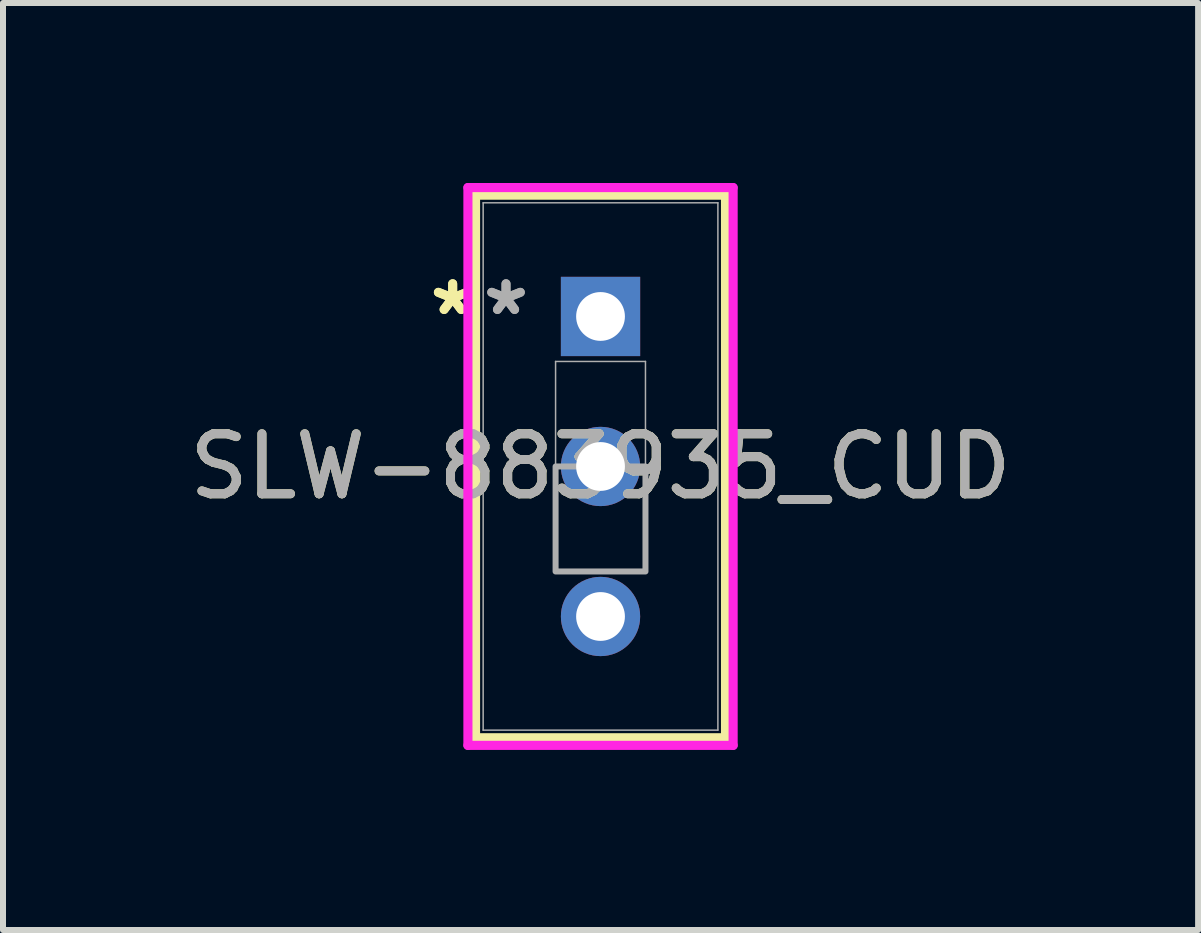
<source format=kicad_pcb>
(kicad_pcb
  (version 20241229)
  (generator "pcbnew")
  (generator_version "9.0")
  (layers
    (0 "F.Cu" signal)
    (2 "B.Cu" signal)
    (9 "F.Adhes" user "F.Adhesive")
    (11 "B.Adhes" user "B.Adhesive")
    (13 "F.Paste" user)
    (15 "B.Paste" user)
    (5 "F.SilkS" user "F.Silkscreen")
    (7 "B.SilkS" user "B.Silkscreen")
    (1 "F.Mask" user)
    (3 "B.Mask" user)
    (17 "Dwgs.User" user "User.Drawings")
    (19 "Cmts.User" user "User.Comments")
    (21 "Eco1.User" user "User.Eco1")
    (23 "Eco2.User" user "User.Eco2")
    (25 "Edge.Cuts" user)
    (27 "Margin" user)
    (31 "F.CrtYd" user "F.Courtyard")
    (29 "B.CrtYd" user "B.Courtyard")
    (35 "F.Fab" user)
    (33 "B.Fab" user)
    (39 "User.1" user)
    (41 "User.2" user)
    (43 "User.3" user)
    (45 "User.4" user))
  (footprint "SLW-883935_CUD"
    (layer "F.Cu")
    (at 6.958 2.224)
    (property "Reference" "SLW-883935_CUD" (at 0 2.5 0) (unlocked yes) (layer "F.SilkS") (effects (font (size 1 1) (thickness 0.15))))
    (attr through_hole)
    (fp_line (start -2.083 -2.021) (end -2.083 7.021) (stroke (width 0.152) (type solid)) (layer "F.SilkS"))
    (fp_line (start -2.083 7.021) (end 2.083 7.021) (stroke (width 0.152) (type solid)) (layer "F.SilkS"))
    (fp_line (start 2.083 -2.021) (end -2.083 -2.021) (stroke (width 0.152) (type solid)) (layer "F.SilkS"))
    (fp_line (start 2.083 7.021) (end 2.083 -2.021) (stroke (width 0.152) (type solid)) (layer "F.SilkS"))
    (fp_line (start -2.21 -2.148) (end -2.21 7.148) (stroke (width 0.152) (type solid)) (layer "F.CrtYd"))
    (fp_line (start -2.21 7.148) (end 2.21 7.148) (stroke (width 0.152) (type solid)) (layer "F.CrtYd"))
    (fp_line (start 2.21 -2.148) (end -2.21 -2.148) (stroke (width 0.152) (type solid)) (layer "F.CrtYd"))
    (fp_line (start 2.21 7.148) (end 2.21 -2.148) (stroke (width 0.152) (type solid)) (layer "F.CrtYd"))
    (fp_line (start -1.956 -1.894) (end -1.956 6.894) (stroke (width 0.025) (type solid)) (layer "F.Fab"))
    (fp_line (start -1.956 6.894) (end 1.956 6.894) (stroke (width 0.025) (type solid)) (layer "F.Fab"))
    (fp_line (start -0.749 0.75) (end 0.749 0.75) (stroke (width 0.025) (type solid)) (layer "F.Fab"))
    (fp_line (start -0.749 4.25) (end -0.749 0.75) (stroke (width 0.025) (type solid)) (layer "F.Fab"))
    (fp_line (start 0.749 0.75) (end 0.749 4.25) (stroke (width 0.025) (type solid)) (layer "F.Fab"))
    (fp_line (start 0.749 4.25) (end -0.749 4.25) (stroke (width 0.025) (type solid)) (layer "F.Fab"))
    (fp_line (start 1.956 -1.894) (end -1.956 -1.894) (stroke (width 0.025) (type solid)) (layer "F.Fab"))
    (fp_line (start 1.956 6.894) (end 1.956 -1.894) (stroke (width 0.025) (type solid)) (layer "F.Fab"))
    (fp_poly (pts (xy -0.749 4.25) (xy -0.749 2.5) (xy 0.749 2.5) (xy 0.749 4.25)) (stroke (width 0.1) (type solid)) (fill no) (layer "F.Fab"))
    (fp_text user "*" (at -2.464 0 0) (unlocked yes) (layer "F.SilkS") (effects (font (size 1 1) (thickness 0.15))))
    (fp_text user "*" (at -2.464 0 0) (layer "F.SilkS") (effects (font (size 1 1) (thickness 0.15))))
    (fp_text user "${REFERENCE}" (at 0 2.5 0) (unlocked yes) (layer "F.Fab") (effects (font (size 1 1) (thickness 0.15))))
    (fp_text user "*" (at -1.575 0 0) (layer "F.Fab") (effects (font (size 1 1) (thickness 0.15))))
    (fp_text user "*" (at -1.575 0 0) (unlocked yes) (layer "F.Fab") (effects (font (size 1 1) (thickness 0.15))))
    (pad "1" thru_hole rect (at 0 0) (size 1.321 1.321) (drill 0.813) (layers "*.Cu" "*.Mask"))
    (pad "2" thru_hole circle (at 0 2.5) (size 1.321 1.321) (drill 0.813) (layers "*.Cu" "*.Mask"))
    (pad "3" thru_hole circle (at 0 5) (size 1.321 1.321) (drill 0.813) (layers "*.Cu" "*.Mask")))
  (gr_rect
    (start -3 -3)
    (end 16.917 12.449)
    (stroke (width 0.1) (type default))
    (fill no)
    (layer "Edge.Cuts")))
</source>
